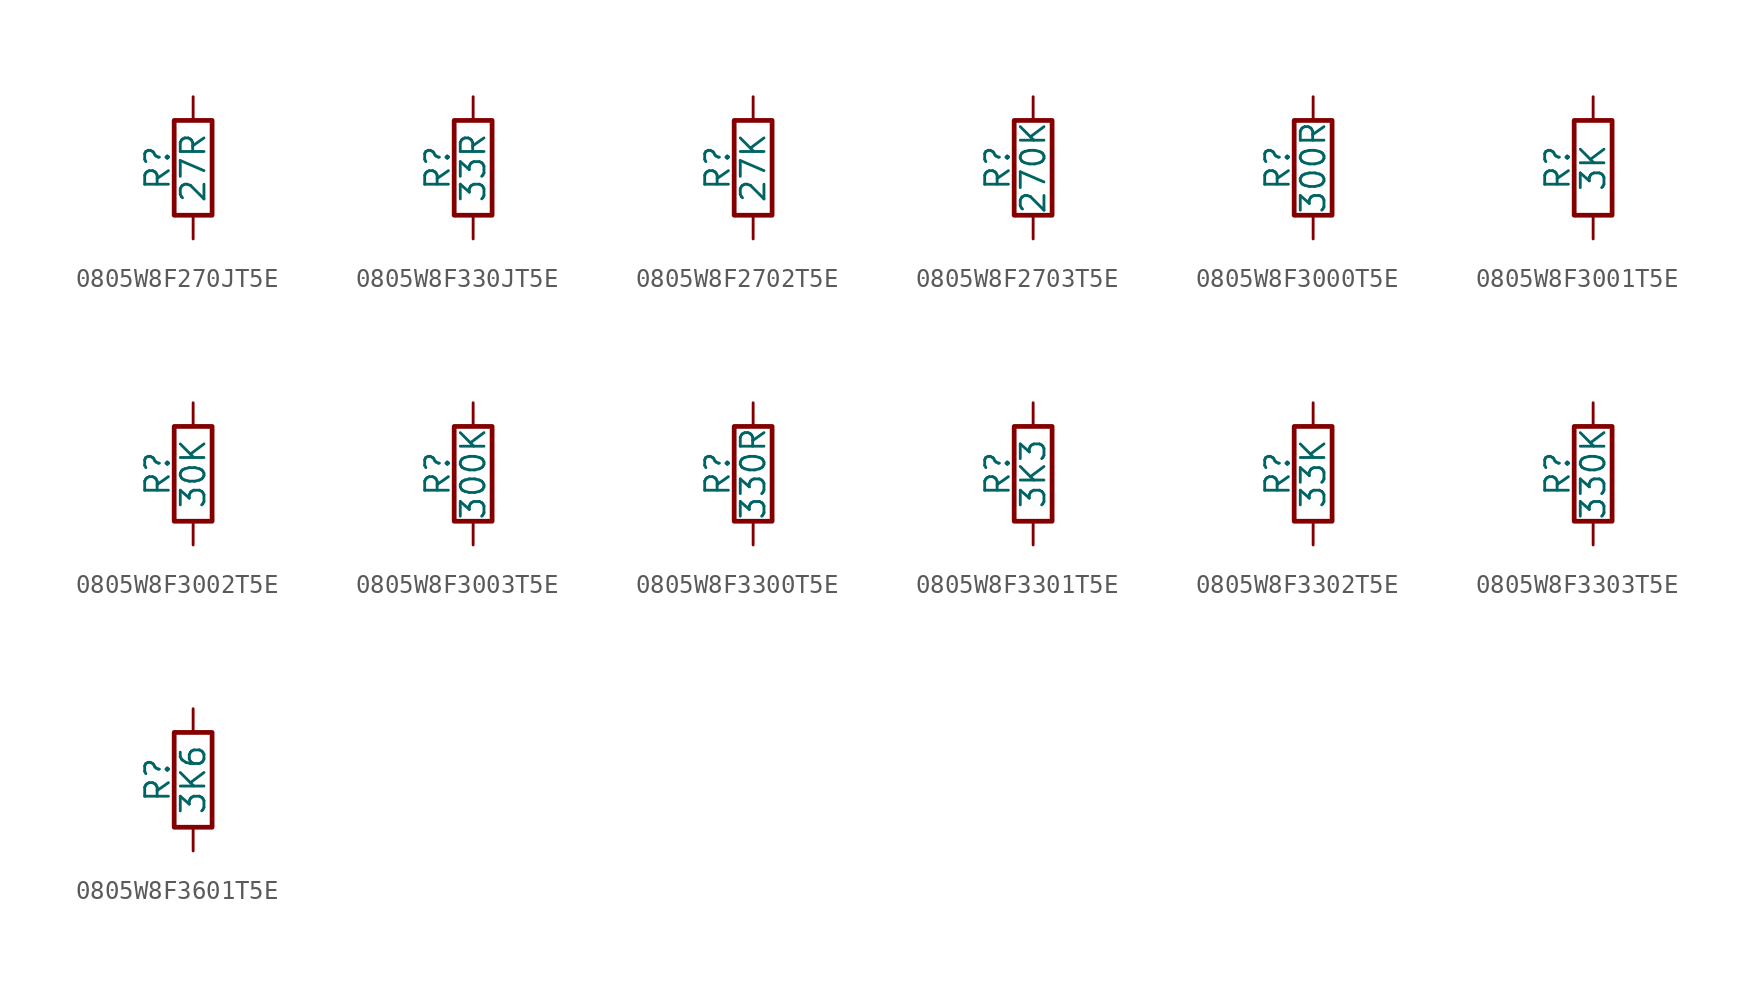
<source format=kicad_sym>
(kicad_symbol_lib
  (version 20211014)
  (generator conandllu_kicad_symbol_generator_20230404_23:29:43)
  (symbol "0805W8F270JT5E"
    (pin_numbers hide)
    (pin_names
      (offset 0))
    (property "Reference" "R"
      (at -1.905 0 90)
      (effects (font (size 1.27 1.27))))
    (property "Value" "27R"
      (at 0 0 90)
      (effects (font (size 1.27 1.27))))
    (symbol "0805W8F270JT5E_0_1"
      (rectangle (start -1.016 -2.54) (end 1.016 2.54) (stroke (width 0.254) (type default) (color 0 0 0 0)) (fill (type none))))
    (symbol "0805W8F270JT5E_1_1"
      (pin passive line (at 0 3.81 270) (length 1.27) (name "~" (effects (font (size 1.27 1.27)))) (number "1" (effects (font (size 1.27 1.27)))))
      (pin passive line (at 0 -3.81 90) (length 1.27) (name "~" (effects (font (size 1.27 1.27)))) (number "2" (effects (font (size 1.27 1.27)))))))
  (symbol "0805W8F330JT5E"
    (pin_numbers hide)
    (pin_names
      (offset 0))
    (property "Reference" "R"
      (at -1.905 0 90)
      (effects (font (size 1.27 1.27))))
    (property "Value" "33R"
      (at 0 0 90)
      (effects (font (size 1.27 1.27))))
    (symbol "0805W8F330JT5E_0_1"
      (rectangle (start -1.016 -2.54) (end 1.016 2.54) (stroke (width 0.254) (type default) (color 0 0 0 0)) (fill (type none))))
    (symbol "0805W8F330JT5E_1_1"
      (pin passive line (at 0 3.81 270) (length 1.27) (name "~" (effects (font (size 1.27 1.27)))) (number "1" (effects (font (size 1.27 1.27)))))
      (pin passive line (at 0 -3.81 90) (length 1.27) (name "~" (effects (font (size 1.27 1.27)))) (number "2" (effects (font (size 1.27 1.27)))))))
  (symbol "0805W8F2702T5E"
    (pin_numbers hide)
    (pin_names
      (offset 0))
    (property "Reference" "R"
      (at -1.905 0 90)
      (effects (font (size 1.27 1.27))))
    (property "Value" "27K"
      (at 0 0 90)
      (effects (font (size 1.27 1.27))))
    (symbol "0805W8F2702T5E_0_1"
      (rectangle (start -1.016 -2.54) (end 1.016 2.54) (stroke (width 0.254) (type default) (color 0 0 0 0)) (fill (type none))))
    (symbol "0805W8F2702T5E_1_1"
      (pin passive line (at 0 3.81 270) (length 1.27) (name "~" (effects (font (size 1.27 1.27)))) (number "1" (effects (font (size 1.27 1.27)))))
      (pin passive line (at 0 -3.81 90) (length 1.27) (name "~" (effects (font (size 1.27 1.27)))) (number "2" (effects (font (size 1.27 1.27)))))))
  (symbol "0805W8F2703T5E"
    (pin_numbers hide)
    (pin_names
      (offset 0))
    (property "Reference" "R"
      (at -1.905 0 90)
      (effects (font (size 1.27 1.27))))
    (property "Value" "270K"
      (at 0 0 90)
      (effects (font (size 1.27 1.27))))
    (symbol "0805W8F2703T5E_0_1"
      (rectangle (start -1.016 -2.54) (end 1.016 2.54) (stroke (width 0.254) (type default) (color 0 0 0 0)) (fill (type none))))
    (symbol "0805W8F2703T5E_1_1"
      (pin passive line (at 0 3.81 270) (length 1.27) (name "~" (effects (font (size 1.27 1.27)))) (number "1" (effects (font (size 1.27 1.27)))))
      (pin passive line (at 0 -3.81 90) (length 1.27) (name "~" (effects (font (size 1.27 1.27)))) (number "2" (effects (font (size 1.27 1.27)))))))
  (symbol "0805W8F3000T5E"
    (pin_numbers hide)
    (pin_names
      (offset 0))
    (property "Reference" "R"
      (at -1.905 0 90)
      (effects (font (size 1.27 1.27))))
    (property "Value" "300R"
      (at 0 0 90)
      (effects (font (size 1.27 1.27))))
    (symbol "0805W8F3000T5E_0_1"
      (rectangle (start -1.016 -2.54) (end 1.016 2.54) (stroke (width 0.254) (type default) (color 0 0 0 0)) (fill (type none))))
    (symbol "0805W8F3000T5E_1_1"
      (pin passive line (at 0 3.81 270) (length 1.27) (name "~" (effects (font (size 1.27 1.27)))) (number "1" (effects (font (size 1.27 1.27)))))
      (pin passive line (at 0 -3.81 90) (length 1.27) (name "~" (effects (font (size 1.27 1.27)))) (number "2" (effects (font (size 1.27 1.27)))))))
  (symbol "0805W8F3001T5E"
    (pin_numbers hide)
    (pin_names
      (offset 0))
    (property "Reference" "R"
      (at -1.905 0 90)
      (effects (font (size 1.27 1.27))))
    (property "Value" "3K"
      (at 0 0 90)
      (effects (font (size 1.27 1.27))))
    (symbol "0805W8F3001T5E_0_1"
      (rectangle (start -1.016 -2.54) (end 1.016 2.54) (stroke (width 0.254) (type default) (color 0 0 0 0)) (fill (type none))))
    (symbol "0805W8F3001T5E_1_1"
      (pin passive line (at 0 3.81 270) (length 1.27) (name "~" (effects (font (size 1.27 1.27)))) (number "1" (effects (font (size 1.27 1.27)))))
      (pin passive line (at 0 -3.81 90) (length 1.27) (name "~" (effects (font (size 1.27 1.27)))) (number "2" (effects (font (size 1.27 1.27)))))))
  (symbol "0805W8F3002T5E"
    (pin_numbers hide)
    (pin_names
      (offset 0))
    (property "Reference" "R"
      (at -1.905 0 90)
      (effects (font (size 1.27 1.27))))
    (property "Value" "30K"
      (at 0 0 90)
      (effects (font (size 1.27 1.27))))
    (symbol "0805W8F3002T5E_0_1"
      (rectangle (start -1.016 -2.54) (end 1.016 2.54) (stroke (width 0.254) (type default) (color 0 0 0 0)) (fill (type none))))
    (symbol "0805W8F3002T5E_1_1"
      (pin passive line (at 0 3.81 270) (length 1.27) (name "~" (effects (font (size 1.27 1.27)))) (number "1" (effects (font (size 1.27 1.27)))))
      (pin passive line (at 0 -3.81 90) (length 1.27) (name "~" (effects (font (size 1.27 1.27)))) (number "2" (effects (font (size 1.27 1.27)))))))
  (symbol "0805W8F3003T5E"
    (pin_numbers hide)
    (pin_names
      (offset 0))
    (property "Reference" "R"
      (at -1.905 0 90)
      (effects (font (size 1.27 1.27))))
    (property "Value" "300K"
      (at 0 0 90)
      (effects (font (size 1.27 1.27))))
    (symbol "0805W8F3003T5E_0_1"
      (rectangle (start -1.016 -2.54) (end 1.016 2.54) (stroke (width 0.254) (type default) (color 0 0 0 0)) (fill (type none))))
    (symbol "0805W8F3003T5E_1_1"
      (pin passive line (at 0 3.81 270) (length 1.27) (name "~" (effects (font (size 1.27 1.27)))) (number "1" (effects (font (size 1.27 1.27)))))
      (pin passive line (at 0 -3.81 90) (length 1.27) (name "~" (effects (font (size 1.27 1.27)))) (number "2" (effects (font (size 1.27 1.27)))))))
  (symbol "0805W8F3300T5E"
    (pin_numbers hide)
    (pin_names
      (offset 0))
    (property "Reference" "R"
      (at -1.905 0 90)
      (effects (font (size 1.27 1.27))))
    (property "Value" "330R"
      (at 0 0 90)
      (effects (font (size 1.27 1.27))))
    (symbol "0805W8F3300T5E_0_1"
      (rectangle (start -1.016 -2.54) (end 1.016 2.54) (stroke (width 0.254) (type default) (color 0 0 0 0)) (fill (type none))))
    (symbol "0805W8F3300T5E_1_1"
      (pin passive line (at 0 3.81 270) (length 1.27) (name "~" (effects (font (size 1.27 1.27)))) (number "1" (effects (font (size 1.27 1.27)))))
      (pin passive line (at 0 -3.81 90) (length 1.27) (name "~" (effects (font (size 1.27 1.27)))) (number "2" (effects (font (size 1.27 1.27)))))))
  (symbol "0805W8F3301T5E"
    (pin_numbers hide)
    (pin_names
      (offset 0))
    (property "Reference" "R"
      (at -1.905 0 90)
      (effects (font (size 1.27 1.27))))
    (property "Value" "3K3"
      (at 0 0 90)
      (effects (font (size 1.27 1.27))))
    (symbol "0805W8F3301T5E_0_1"
      (rectangle (start -1.016 -2.54) (end 1.016 2.54) (stroke (width 0.254) (type default) (color 0 0 0 0)) (fill (type none))))
    (symbol "0805W8F3301T5E_1_1"
      (pin passive line (at 0 3.81 270) (length 1.27) (name "~" (effects (font (size 1.27 1.27)))) (number "1" (effects (font (size 1.27 1.27)))))
      (pin passive line (at 0 -3.81 90) (length 1.27) (name "~" (effects (font (size 1.27 1.27)))) (number "2" (effects (font (size 1.27 1.27)))))))
  (symbol "0805W8F3302T5E"
    (pin_numbers hide)
    (pin_names
      (offset 0))
    (property "Reference" "R"
      (at -1.905 0 90)
      (effects (font (size 1.27 1.27))))
    (property "Value" "33K"
      (at 0 0 90)
      (effects (font (size 1.27 1.27))))
    (symbol "0805W8F3302T5E_0_1"
      (rectangle (start -1.016 -2.54) (end 1.016 2.54) (stroke (width 0.254) (type default) (color 0 0 0 0)) (fill (type none))))
    (symbol "0805W8F3302T5E_1_1"
      (pin passive line (at 0 3.81 270) (length 1.27) (name "~" (effects (font (size 1.27 1.27)))) (number "1" (effects (font (size 1.27 1.27)))))
      (pin passive line (at 0 -3.81 90) (length 1.27) (name "~" (effects (font (size 1.27 1.27)))) (number "2" (effects (font (size 1.27 1.27)))))))
  (symbol "0805W8F3303T5E"
    (pin_numbers hide)
    (pin_names
      (offset 0))
    (property "Reference" "R"
      (at -1.905 0 90)
      (effects (font (size 1.27 1.27))))
    (property "Value" "330K"
      (at 0 0 90)
      (effects (font (size 1.27 1.27))))
    (symbol "0805W8F3303T5E_0_1"
      (rectangle (start -1.016 -2.54) (end 1.016 2.54) (stroke (width 0.254) (type default) (color 0 0 0 0)) (fill (type none))))
    (symbol "0805W8F3303T5E_1_1"
      (pin passive line (at 0 3.81 270) (length 1.27) (name "~" (effects (font (size 1.27 1.27)))) (number "1" (effects (font (size 1.27 1.27)))))
      (pin passive line (at 0 -3.81 90) (length 1.27) (name "~" (effects (font (size 1.27 1.27)))) (number "2" (effects (font (size 1.27 1.27)))))))
  (symbol "0805W8F3601T5E"
    (pin_numbers hide)
    (pin_names
      (offset 0))
    (property "Reference" "R"
      (at -1.905 0 90)
      (effects (font (size 1.27 1.27))))
    (property "Value" "3K6"
      (at 0 0 90)
      (effects (font (size 1.27 1.27))))
    (symbol "0805W8F3601T5E_0_1"
      (rectangle (start -1.016 -2.54) (end 1.016 2.54) (stroke (width 0.254) (type default) (color 0 0 0 0)) (fill (type none))))
    (symbol "0805W8F3601T5E_1_1"
      (pin passive line (at 0 3.81 270) (length 1.27) (name "~" (effects (font (size 1.27 1.27)))) (number "1" (effects (font (size 1.27 1.27)))))
      (pin passive line (at 0 -3.81 90) (length 1.27) (name "~" (effects (font (size 1.27 1.27)))) (number "2" (effects (font (size 1.27 1.27))))))))
</source>
